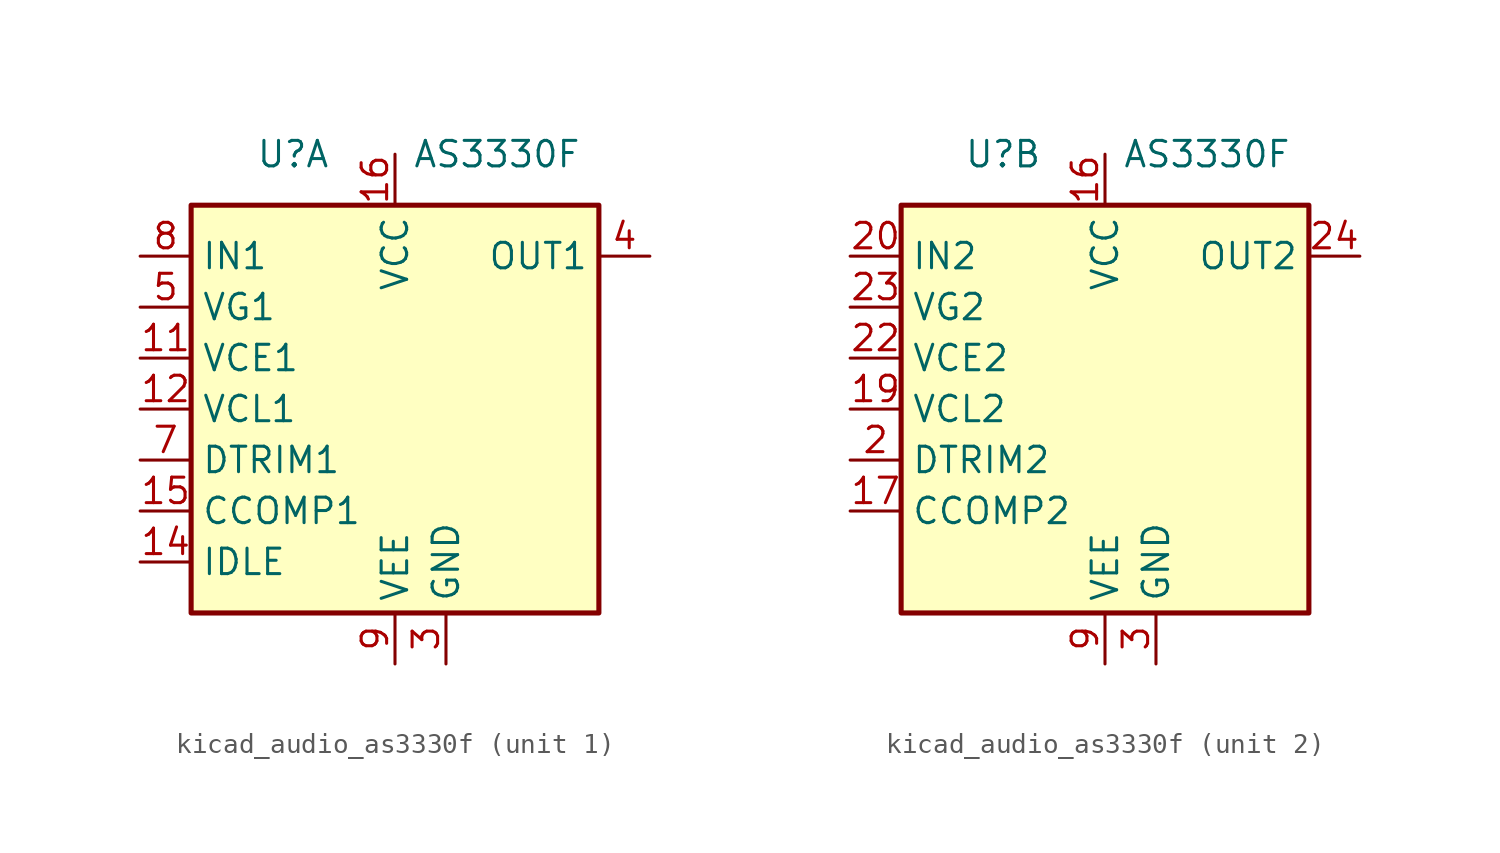
<source format=kicad_sym>
(kicad_symbol_lib
  (version 20220914)
  (generator kicad_symbol_editor)
  (symbol "kicad_audio_as3330f"
    (property "Reference" "U"
      (at -5.08 12.7 0)
      (effects (font (size 1.27 1.27))))
    (property "Value" "AS3330F"
      (at 5.08 12.7 0)
      (effects (font (size 1.27 1.27))))
    (symbol "kicad_audio_as3330f_0_1"
      (rectangle (start -10.16 10.16) (end 10.16 -10.16) (stroke (width 0.254) (type default)) (fill (type background)))
      (pin power_in line (at 0 12.7 270) (length 2.54) (name "VCC" (effects (font (size 1.27 1.27)))) (number "16" (effects (font (size 1.27 1.27)))))
      (pin power_in line (at 2.54 -12.7 90) (length 2.54) (name "GND" (effects (font (size 1.27 1.27)))) (number "3" (effects (font (size 1.27 1.27)))))
      (pin power_in line (at 0 -12.7 90) (length 2.54) (name "VEE" (effects (font (size 1.27 1.27)))) (number "9" (effects (font (size 1.27 1.27))))))
    (symbol "kicad_audio_as3330f_1_1"
      (pin no_connect line (at 10.16 5.08 180) (length 2.54) hide (name "NC" (effects (font (size 1.27 1.27)))) (number "1" (effects (font (size 1.27 1.27)))))
      (pin no_connect line (at 10.16 0 180) (length 2.54) hide (name "NC" (effects (font (size 1.27 1.27)))) (number "10" (effects (font (size 1.27 1.27)))))
      (pin input line (at -12.7 2.54 0) (length 2.54) (name "VCE1" (effects (font (size 1.27 1.27)))) (number "11" (effects (font (size 1.27 1.27)))))
      (pin input line (at -12.7 0 0) (length 2.54) (name "VCL1" (effects (font (size 1.27 1.27)))) (number "12" (effects (font (size 1.27 1.27)))))
      (pin no_connect line (at 10.16 -2.54 180) (length 2.54) hide (name "NC" (effects (font (size 1.27 1.27)))) (number "13" (effects (font (size 1.27 1.27)))))
      (pin passive line (at -12.7 -7.62 0) (length 2.54) (name "IDLE" (effects (font (size 1.27 1.27)))) (number "14" (effects (font (size 1.27 1.27)))))
      (pin passive line (at -12.7 -5.08 0) (length 2.54) (name "CCOMP1" (effects (font (size 1.27 1.27)))) (number "15" (effects (font (size 1.27 1.27)))))
      (pin no_connect line (at 10.16 -5.08 180) (length 2.54) hide (name "NC" (effects (font (size 1.27 1.27)))) (number "18" (effects (font (size 1.27 1.27)))))
      (pin no_connect line (at 10.16 -7.62 180) (length 2.54) hide (name "NC" (effects (font (size 1.27 1.27)))) (number "21" (effects (font (size 1.27 1.27)))))
      (pin output line (at 12.7 7.62 180) (length 2.54) (name "OUT1" (effects (font (size 1.27 1.27)))) (number "4" (effects (font (size 1.27 1.27)))))
      (pin input line (at -12.7 5.08 0) (length 2.54) (name "VG1" (effects (font (size 1.27 1.27)))) (number "5" (effects (font (size 1.27 1.27)))))
      (pin no_connect line (at 10.16 2.54 180) (length 2.54) hide (name "NC" (effects (font (size 1.27 1.27)))) (number "6" (effects (font (size 1.27 1.27)))))
      (pin passive line (at -12.7 -2.54 0) (length 2.54) (name "DTRIM1" (effects (font (size 1.27 1.27)))) (number "7" (effects (font (size 1.27 1.27)))))
      (pin input line (at -12.7 7.62 0) (length 2.54) (name "IN1" (effects (font (size 1.27 1.27)))) (number "8" (effects (font (size 1.27 1.27))))))
    (symbol "kicad_audio_as3330f_2_1"
      (pin passive line (at -12.7 -5.08 0) (length 2.54) (name "CCOMP2" (effects (font (size 1.27 1.27)))) (number "17" (effects (font (size 1.27 1.27)))))
      (pin input line (at -12.7 0 0) (length 2.54) (name "VCL2" (effects (font (size 1.27 1.27)))) (number "19" (effects (font (size 1.27 1.27)))))
      (pin passive line (at -12.7 -2.54 0) (length 2.54) (name "DTRIM2" (effects (font (size 1.27 1.27)))) (number "2" (effects (font (size 1.27 1.27)))))
      (pin input line (at -12.7 7.62 0) (length 2.54) (name "IN2" (effects (font (size 1.27 1.27)))) (number "20" (effects (font (size 1.27 1.27)))))
      (pin input line (at -12.7 2.54 0) (length 2.54) (name "VCE2" (effects (font (size 1.27 1.27)))) (number "22" (effects (font (size 1.27 1.27)))))
      (pin input line (at -12.7 5.08 0) (length 2.54) (name "VG2" (effects (font (size 1.27 1.27)))) (number "23" (effects (font (size 1.27 1.27)))))
      (pin output line (at 12.7 7.62 180) (length 2.54) (name "OUT2" (effects (font (size 1.27 1.27)))) (number "24" (effects (font (size 1.27 1.27))))))))
</source>
